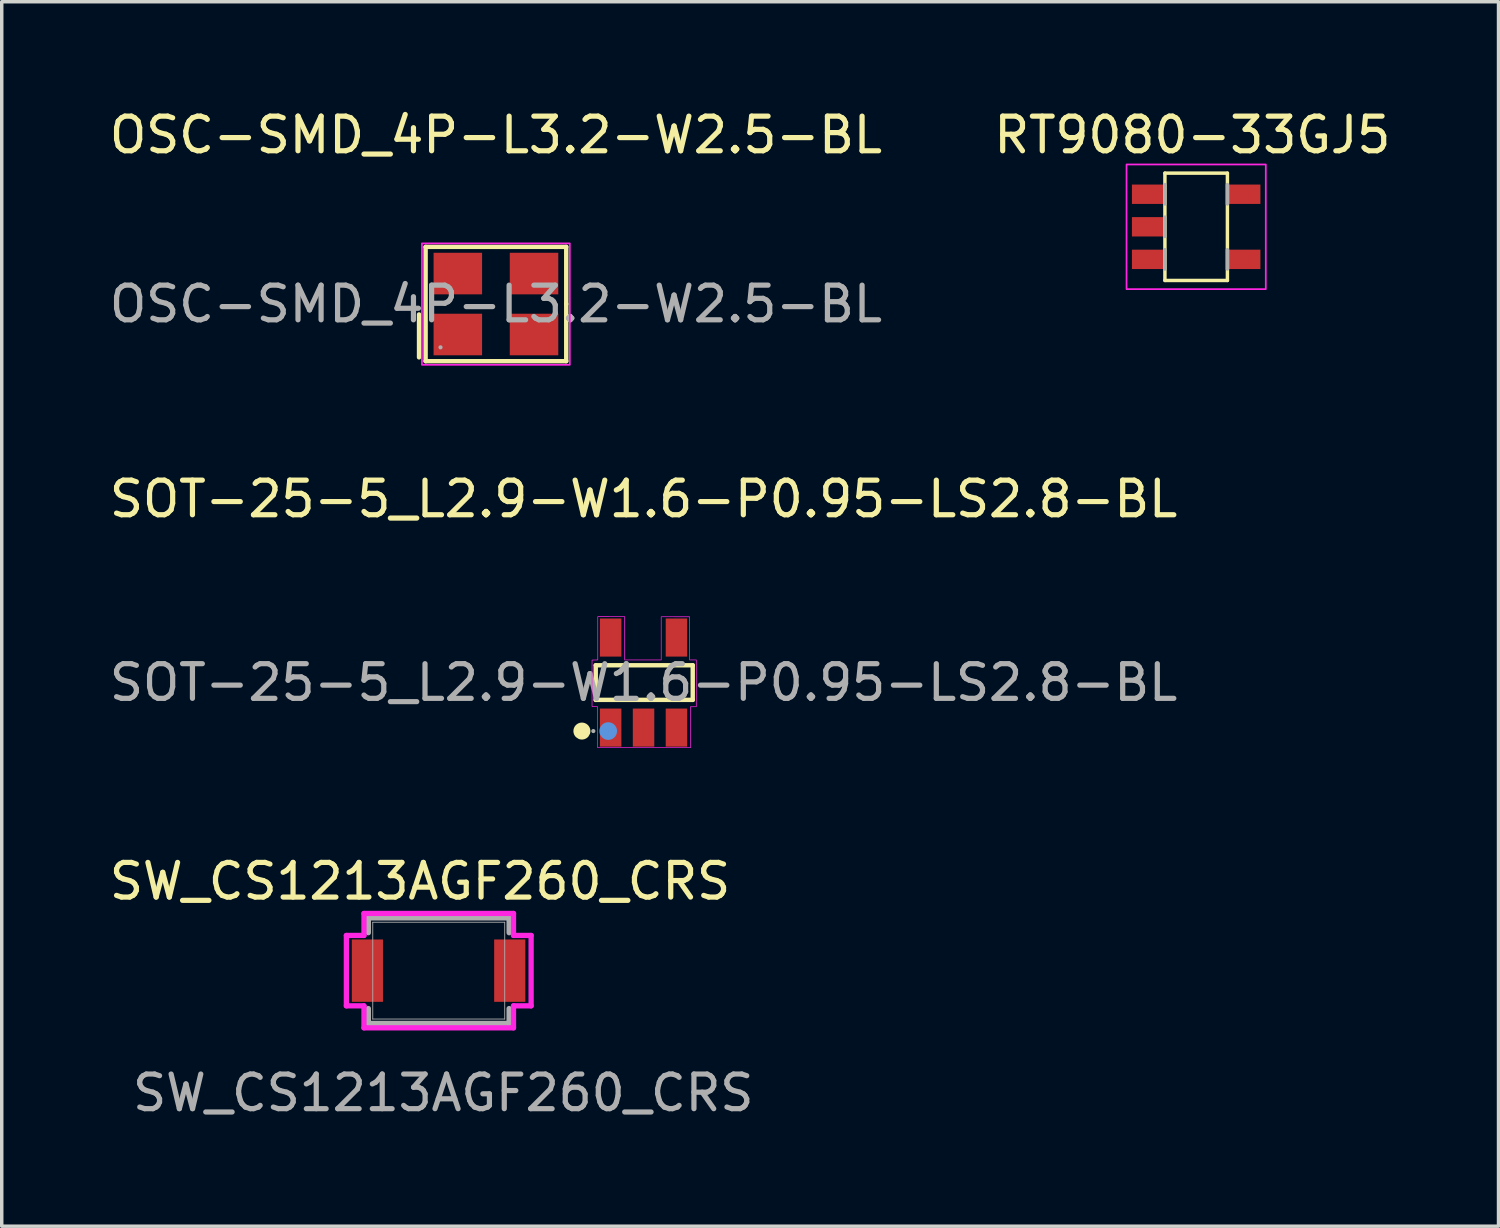
<source format=kicad_pcb>
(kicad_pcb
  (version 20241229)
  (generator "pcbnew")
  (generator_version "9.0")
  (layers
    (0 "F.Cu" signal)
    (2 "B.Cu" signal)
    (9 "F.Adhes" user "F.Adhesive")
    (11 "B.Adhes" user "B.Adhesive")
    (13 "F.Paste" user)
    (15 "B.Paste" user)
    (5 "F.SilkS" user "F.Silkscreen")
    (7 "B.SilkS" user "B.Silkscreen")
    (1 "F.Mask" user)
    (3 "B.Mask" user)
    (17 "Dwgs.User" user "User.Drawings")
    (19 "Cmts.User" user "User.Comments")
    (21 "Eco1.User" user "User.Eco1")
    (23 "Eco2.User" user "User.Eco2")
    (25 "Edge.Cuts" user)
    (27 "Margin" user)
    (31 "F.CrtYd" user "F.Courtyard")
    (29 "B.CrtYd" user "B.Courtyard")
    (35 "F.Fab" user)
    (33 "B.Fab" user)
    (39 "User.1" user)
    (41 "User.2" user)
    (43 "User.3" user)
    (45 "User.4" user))
  (footprint "SW_CS1213AGF260_CRS"
    (layer "F.Cu")
    (at 9.617 24.974)
    (property "Reference" "SW_CS1213AGF260_CRS" (at -0.54 -2.58 0) (unlocked yes) (layer "F.SilkS") (effects (font (size 1 1) (thickness 0.15))))
    (attr smd)
    (fp_line (start -2.667 -1.016) (end -2.159 -1.016) (stroke (width 0.152) (type solid)) (layer "F.CrtYd"))
    (fp_line (start -2.667 1.016) (end -2.667 -1.016) (stroke (width 0.152) (type solid)) (layer "F.CrtYd"))
    (fp_line (start -2.667 1.016) (end -2.159 1.016) (stroke (width 0.152) (type solid)) (layer "F.CrtYd"))
    (fp_line (start -2.159 -1.651) (end 2.159 -1.651) (stroke (width 0.152) (type solid)) (layer "F.CrtYd"))
    (fp_line (start -2.159 -1.016) (end -2.159 -1.651) (stroke (width 0.152) (type solid)) (layer "F.CrtYd"))
    (fp_line (start -2.159 1.651) (end -2.159 1.016) (stroke (width 0.152) (type solid)) (layer "F.CrtYd"))
    (fp_line (start 2.159 -1.651) (end 2.159 -1.016) (stroke (width 0.152) (type solid)) (layer "F.CrtYd"))
    (fp_line (start 2.159 1.016) (end 2.159 1.651) (stroke (width 0.152) (type solid)) (layer "F.CrtYd"))
    (fp_line (start 2.159 1.651) (end -2.159 1.651) (stroke (width 0.152) (type solid)) (layer "F.CrtYd"))
    (fp_line (start 2.667 -1.016) (end 2.159 -1.016) (stroke (width 0.152) (type solid)) (layer "F.CrtYd"))
    (fp_line (start 2.667 -1.016) (end 2.667 1.016) (stroke (width 0.152) (type solid)) (layer "F.CrtYd"))
    (fp_line (start 2.667 1.016) (end 2.159 1.016) (stroke (width 0.152) (type solid)) (layer "F.CrtYd"))
    (fp_line (start -2.032 -1.524) (end -2.032 -1.095) (stroke (width 0.152) (type solid)) (layer "F.Fab"))
    (fp_line (start -2.032 1.095) (end -2.032 1.524) (stroke (width 0.152) (type solid)) (layer "F.Fab"))
    (fp_line (start -2.032 1.524) (end 2.032 1.524) (stroke (width 0.152) (type solid)) (layer "F.Fab"))
    (fp_line (start -1.905 -1.397) (end -1.905 1.397) (stroke (width 0.025) (type solid)) (layer "F.Fab"))
    (fp_line (start -1.905 1.397) (end 1.905 1.397) (stroke (width 0.025) (type solid)) (layer "F.Fab"))
    (fp_line (start 1.905 -1.397) (end -1.905 -1.397) (stroke (width 0.025) (type solid)) (layer "F.Fab"))
    (fp_line (start 1.905 1.397) (end 1.905 -1.397) (stroke (width 0.025) (type solid)) (layer "F.Fab"))
    (fp_line (start 2.032 -1.524) (end -2.032 -1.524) (stroke (width 0.152) (type solid)) (layer "F.Fab"))
    (fp_line (start 2.032 -1.095) (end 2.032 -1.524) (stroke (width 0.152) (type solid)) (layer "F.Fab"))
    (fp_line (start 2.032 1.524) (end 2.032 1.095) (stroke (width 0.152) (type solid)) (layer "F.Fab"))
    (fp_text user "${REFERENCE}" (at 0.13 3.53 0) (unlocked yes) (layer "F.Fab") (effects (font (size 1 1) (thickness 0.15))))
    (pad "1" smd rect (at -2.06 0) (size 0.9 1.8) (layers "F.Cu" "F.Mask" "F.Paste"))
    (pad "2" smd rect (at 2.05 0) (size 0.9 1.8) (layers "F.Cu" "F.Mask" "F.Paste")))
  (footprint "OSC-SMD_4P-L3.2-W2.5-BL"
    (layer "F.Cu")
    (at 11.268 5.728)
    (property "Reference" "OSC-SMD_4P-L3.2-W2.5-BL" (at 0 -4.88 0) (layer "F.SilkS") (effects (font (size 1 1) (thickness 0.15))))
    (attr smd)
    (fp_line (start -2.22 0.3) (end -2.22 1.54) (stroke (width 0.127) (type default)) (layer "F.SilkS"))
    (fp_line (start -2.03 -1.65) (end 2.03 -1.65) (stroke (width 0.127) (type solid)) (layer "F.SilkS"))
    (fp_line (start -2.03 1.65) (end -2.03 -1.65) (stroke (width 0.127) (type solid)) (layer "F.SilkS"))
    (fp_line (start 2.03 -1.65) (end 2.03 0) (stroke (width 0.127) (type solid)) (layer "F.SilkS"))
    (fp_line (start 2.03 0) (end 2.03 1.65) (stroke (width 0.127) (type solid)) (layer "F.SilkS"))
    (fp_line (start 2.03 1.65) (end -2.03 1.65) (stroke (width 0.127) (type solid)) (layer "F.SilkS"))
    (fp_rect (start -2.136 -1.751) (end 2.133 1.755) (stroke (width 0.05) (type default)) (fill no) (layer "F.CrtYd"))
    (fp_circle (center -1.6 1.25) (end -1.57 1.25) (stroke (width 0.06) (type solid)) (fill no) (layer "F.Fab"))
    (fp_text user "${REFERENCE}" (at 0 0 0) (layer "F.Fab") (effects (font (size 1 1) (thickness 0.15))))
    (pad "1" smd rect (at -1.1 0.88) (size 1.4 1.2) (layers "F.Cu" "F.Mask" "F.Paste"))
    (pad "2" smd rect (at 1.1 0.88) (size 1.4 1.2) (layers "F.Cu" "F.Mask" "F.Paste"))
    (pad "3" smd rect (at 1.1 -0.88) (size 1.4 1.2) (layers "F.Cu" "F.Mask" "F.Paste"))
    (pad "4" smd rect (at -1.1 -0.88) (size 1.4 1.2) (layers "F.Cu" "F.Mask" "F.Paste")))
  (footprint "RT9080-33GJ5"
    (layer "F.Cu")
    (at 31.485 3.498)
    (property "Reference" "RT9080-33GJ5" (at -0.11 -2.65 0) (layer "F.SilkS") (effects (font (size 1 1) (thickness 0.15))))
    (attr smd)
    (fp_line (start -0.902 -1.549) (end -0.902 1.549) (stroke (width 0.1) (type solid)) (layer "F.SilkS"))
    (fp_line (start -0.902 1.549) (end 0.902 1.549) (stroke (width 0.1) (type solid)) (layer "F.SilkS"))
    (fp_line (start 0.902 -1.549) (end -0.902 -1.549) (stroke (width 0.1) (type solid)) (layer "F.SilkS"))
    (fp_line (start 0.902 1.549) (end 0.902 -1.549) (stroke (width 0.1) (type solid)) (layer "F.SilkS"))
    (fp_rect (start -2.01 -1.8) (end 2.01 1.8) (stroke (width 0.05) (type solid)) (fill no) (layer "F.CrtYd"))
    (fp_line (start -0.902 -0.66) (end -0.902 -1.219) (stroke (width 0.1) (type solid)) (layer "F.Fab"))
    (fp_line (start -0.902 0.279) (end -0.902 -0.279) (stroke (width 0.1) (type solid)) (layer "F.Fab"))
    (fp_line (start -0.902 1.219) (end -0.902 0.66) (stroke (width 0.1) (type solid)) (layer "F.Fab"))
    (fp_line (start 0.902 -1.219) (end 0.902 -0.66) (stroke (width 0.1) (type solid)) (layer "F.Fab"))
    (fp_line (start 0.902 0.66) (end 0.902 1.219) (stroke (width 0.1) (type solid)) (layer "F.Fab"))
    (pad "1" smd rect (at -1.378 -0.94) (size 0.953 0.559) (layers "F.Cu" "F.Mask" "F.Paste"))
    (pad "2" smd rect (at -1.378 0) (size 0.953 0.559) (layers "F.Cu" "F.Mask" "F.Paste"))
    (pad "3" smd rect (at -1.378 0.94) (size 0.953 0.559) (layers "F.Cu" "F.Mask" "F.Paste"))
    (pad "4" smd rect (at 1.378 0.94) (size 0.953 0.559) (layers "F.Cu" "F.Mask" "F.Paste"))
    (pad "5" smd rect (at 1.378 -0.94) (size 0.953 0.559) (layers "F.Cu" "F.Mask" "F.Paste")))
  (footprint "SOT-25-5_L2.9-W1.6-P0.95-LS2.8-BL"
    (layer "F.Cu")
    (at 15.53 16.657)
    (property "Reference" "SOT-25-5_L2.9-W1.6-P0.95-LS2.8-BL" (at 0 -5.3 0) (layer "F.SilkS") (effects (font (size 1 1) (thickness 0.15))))
    (attr smd)
    (fp_line (start -1.38 -0.5) (end 1.42 -0.5) (stroke (width 0.127) (type solid)) (layer "F.SilkS"))
    (fp_line (start -1.38 0.5) (end -1.38 -0.5) (stroke (width 0.127) (type solid)) (layer "F.SilkS"))
    (fp_line (start 1.42 -0.5) (end 1.42 0.5) (stroke (width 0.127) (type solid)) (layer "F.SilkS"))
    (fp_line (start 1.42 0.5) (end -1.38 0.5) (stroke (width 0.127) (type solid)) (layer "F.SilkS"))
    (fp_arc (start -1.780034 1.520416) (mid -1.784987 1.279687) (end -1.77 1.52) (stroke (width 0.25) (type solid)) (layer "F.SilkS"))
    (fp_circle (center -1.02 1.4) (end -0.89 1.4) (stroke (width 0.25) (type solid)) (fill no) (layer "Cmts.User"))
    (fp_poly (pts (xy -1.326 0.697) (xy -1.487 0.692) (xy -1.487 -0.65) (xy -1.322 -0.654) (xy -1.322 -1.904) (xy -0.545 -1.903) (xy -0.545 -0.654) (xy 0.51 -0.654) (xy 0.51 -1.901) (xy 1.329 -1.9) (xy 1.329 -0.654) (xy 1.523 -0.654) (xy 1.523 0.697) (xy 1.355 0.697) (xy 1.355 1.879) (xy -1.326 1.879)) (stroke (width 0.02) (type solid)) (fill no) (layer "F.CrtYd"))
    (fp_circle (center -1.45 1.4) (end -1.42 1.4) (stroke (width 0.06) (type solid)) (fill no) (layer "F.Fab"))
    (fp_text user "${REFERENCE}" (at 0 0 0) (layer "F.Fab") (effects (font (size 1 1) (thickness 0.15))))
    (pad "1" smd rect (at -0.95 1.3) (size 0.62 1.1) (layers "F.Cu" "F.Mask" "F.Paste"))
    (pad "2" smd rect (at 0 1.3) (size 0.62 1.1) (layers "F.Cu" "F.Mask" "F.Paste"))
    (pad "3" smd rect (at 0.95 1.3) (size 0.62 1.1) (layers "F.Cu" "F.Mask" "F.Paste"))
    (pad "4" smd rect (at 0.95 -1.3) (size 0.62 1.1) (layers "F.Cu" "F.Mask" "F.Paste"))
    (pad "5" smd rect (at -0.95 -1.3) (size 0.62 1.1) (layers "F.Cu" "F.Mask" "F.Paste")))
  (gr_rect
    (start -3 -3)
    (end 40.214 32.352)
    (stroke (width 0.1) (type default))
    (fill no)
    (layer "Edge.Cuts")))
</source>
